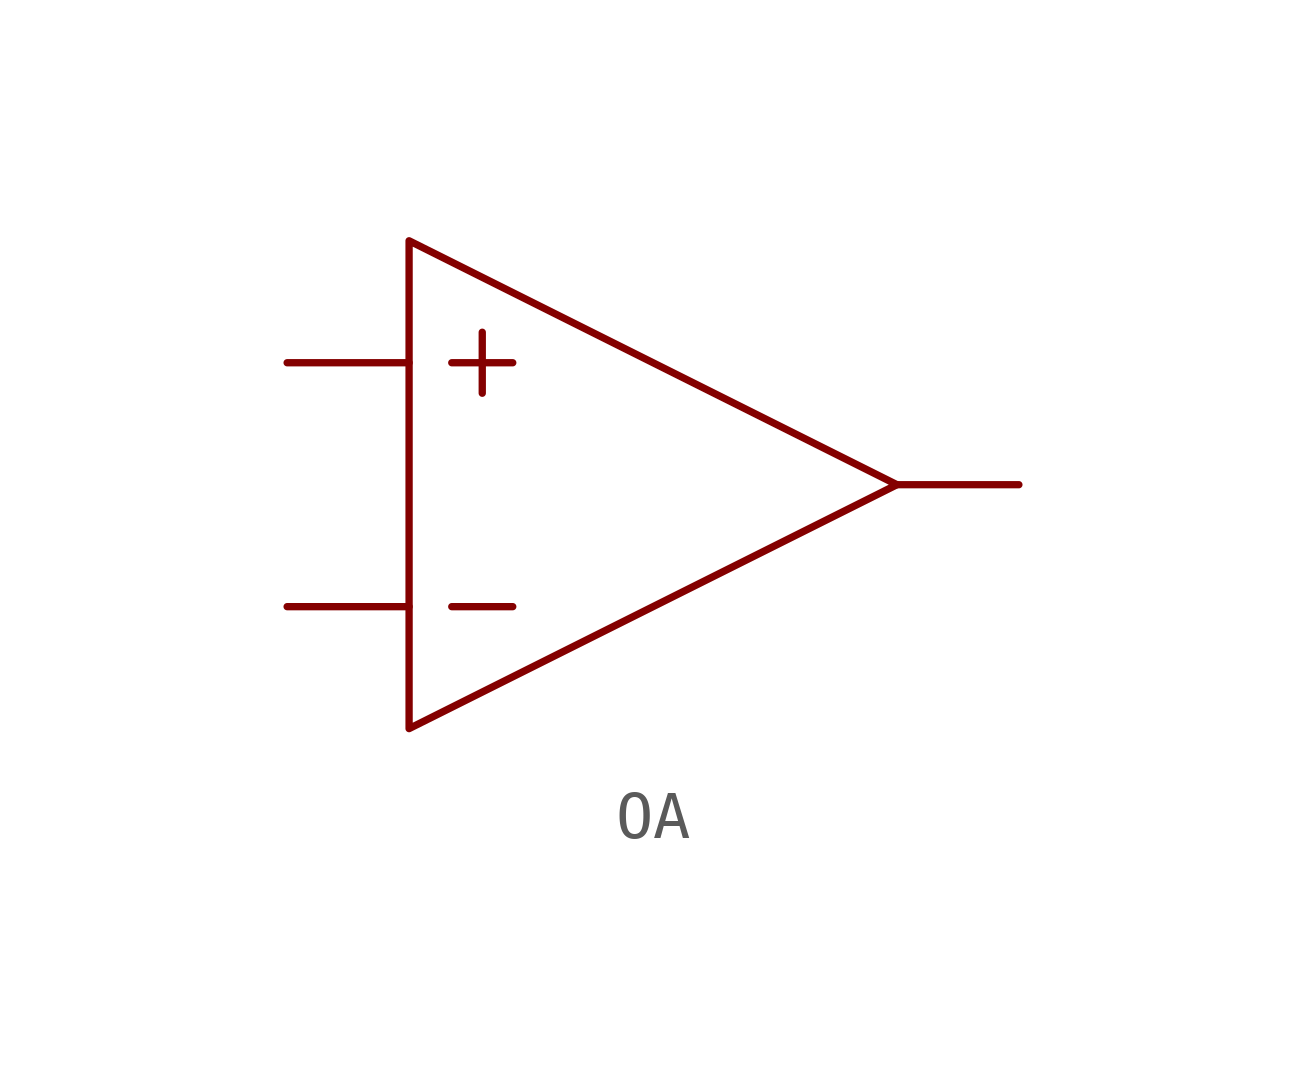
<source format=kicad_sym>
(kicad_symbol_lib
  (version 20220914)
  (generator kicad_symbol_editor)
  (symbol "OA"
    (pin_names
      (offset 1.016))
    (property "Reference" "U3"
      (at 5.08 6.985 0)
      (effects (font (size 1.27 1.27)) hide))
    (symbol "OA_0_1"
      (polyline (pts (xy 0.889 -2.54) (xy 2.159 -2.54)) (stroke (width 0) (type default)) (fill (type none)))
      (polyline (pts (xy 0.889 2.54) (xy 2.159 2.54)) (stroke (width 0) (type default)) (fill (type none)))
      (polyline (pts (xy 1.524 3.175) (xy 1.524 1.905)) (stroke (width 0) (type default)) (fill (type none)))
      (polyline (pts (xy 0 5.08) (xy 0 -5.08) (xy 10.16 0) (xy 0 5.08)) (stroke (width 0) (type default)) (fill (type none))))
    (symbol "OA_1_1"
      (pin input line (at -2.54 -2.54 0) (length 2.54) (name "" (effects (font (size 1.905 1.905)))) (number "" (effects (font (size 1.27 1.27)))))
      (pin input line (at -2.54 2.54 0) (length 2.54) (name "" (effects (font (size 1.905 1.905)))) (number "" (effects (font (size 1.27 1.27)))))
      (pin output line (at 12.7 0 180) (length 2.54) (name "" (effects (font (size 1.27 1.27)))) (number "" (effects (font (size 1.27 1.27))))))))
</source>
